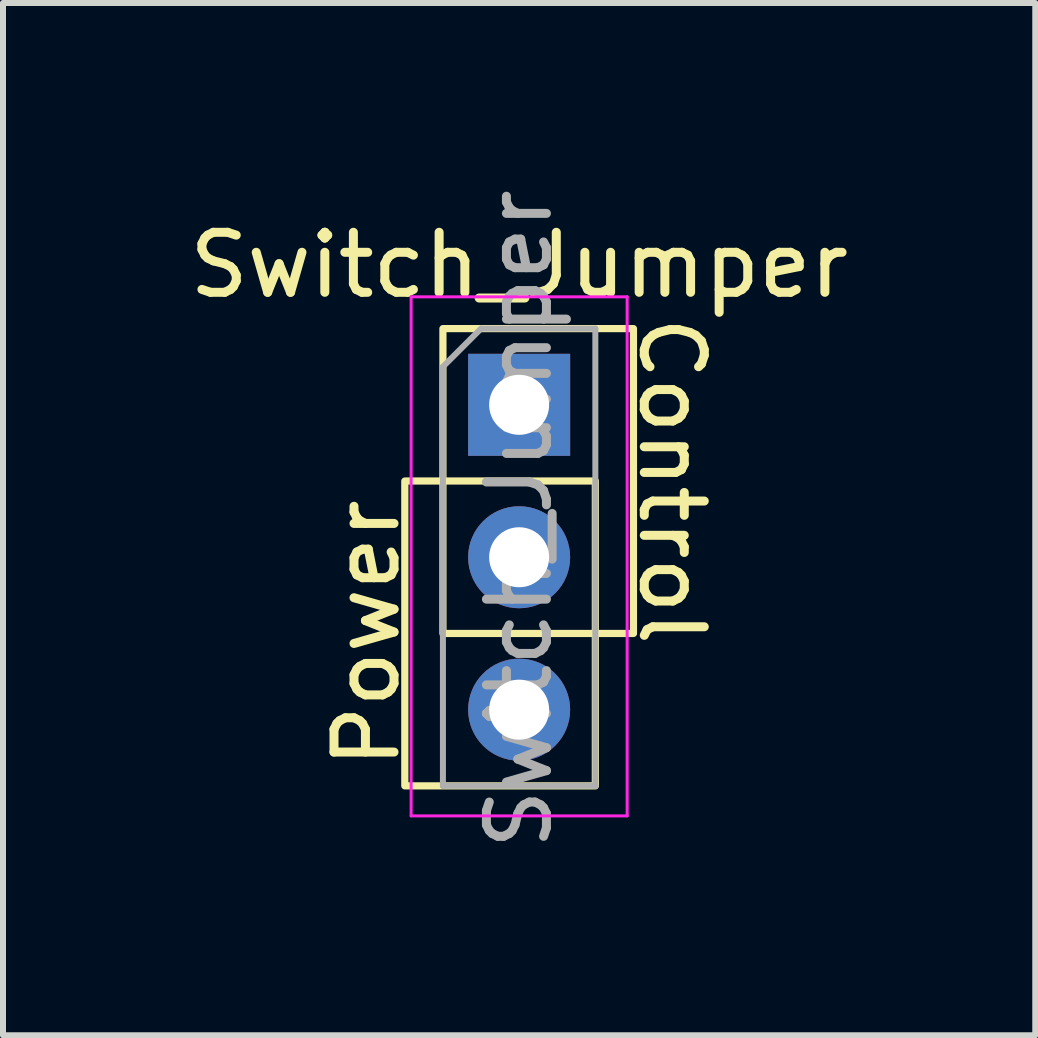
<source format=kicad_pcb>
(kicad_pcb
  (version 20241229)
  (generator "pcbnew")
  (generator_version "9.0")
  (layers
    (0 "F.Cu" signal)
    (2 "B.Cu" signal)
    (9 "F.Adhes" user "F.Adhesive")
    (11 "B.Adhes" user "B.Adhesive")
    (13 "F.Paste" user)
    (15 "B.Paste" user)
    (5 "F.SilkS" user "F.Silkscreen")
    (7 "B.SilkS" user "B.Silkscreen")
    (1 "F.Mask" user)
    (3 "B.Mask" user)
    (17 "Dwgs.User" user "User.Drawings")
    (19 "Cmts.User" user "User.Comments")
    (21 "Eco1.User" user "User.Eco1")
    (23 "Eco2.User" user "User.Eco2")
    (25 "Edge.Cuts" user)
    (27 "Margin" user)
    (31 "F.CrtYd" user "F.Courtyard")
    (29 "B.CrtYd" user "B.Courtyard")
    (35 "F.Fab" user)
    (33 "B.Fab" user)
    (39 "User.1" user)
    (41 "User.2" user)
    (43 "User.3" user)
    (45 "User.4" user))
  (footprint "Switch_Jumper"
    (layer "F.Cu")
    (at 5.601 3.696)
    (property "Reference" "Switch_Jumper" (at 0 -2.33 0) (layer "F.SilkS") (effects (font (size 1 1) (thickness 0.15))))
    (attr through_hole)
    (fp_rect (start -1.905 1.27) (end 1.27 6.35) (stroke (width 0.12) (type solid)) (fill no) (layer "F.SilkS"))
    (fp_rect (start 1.905 -1.27) (end -1.27 3.81) (stroke (width 0.12) (type solid)) (fill no) (layer "F.SilkS"))
    (fp_line (start -1.8 -1.8) (end -1.8 6.85) (stroke (width 0.05) (type solid)) (layer "F.CrtYd"))
    (fp_line (start -1.8 6.85) (end 1.8 6.85) (stroke (width 0.05) (type solid)) (layer "F.CrtYd"))
    (fp_line (start 1.8 -1.8) (end -1.8 -1.8) (stroke (width 0.05) (type solid)) (layer "F.CrtYd"))
    (fp_line (start 1.8 6.85) (end 1.8 -1.8) (stroke (width 0.05) (type solid)) (layer "F.CrtYd"))
    (fp_line (start -1.27 -0.635) (end -0.635 -1.27) (stroke (width 0.1) (type solid)) (layer "F.Fab"))
    (fp_line (start -1.27 6.35) (end -1.27 -0.635) (stroke (width 0.1) (type solid)) (layer "F.Fab"))
    (fp_line (start -0.635 -1.27) (end 1.27 -1.27) (stroke (width 0.1) (type solid)) (layer "F.Fab"))
    (fp_line (start 1.27 -1.27) (end 1.27 6.35) (stroke (width 0.1) (type solid)) (layer "F.Fab"))
    (fp_line (start 1.27 6.35) (end -1.27 6.35) (stroke (width 0.1) (type solid)) (layer "F.Fab"))
    (fp_text user "Power" (at -2.54 3.81 90) (unlocked yes) (layer "F.SilkS") (effects (font (size 1 1) (thickness 0.15))))
    (fp_text user "Control" (at 2.54 1.27 270) (unlocked yes) (layer "F.SilkS") (effects (font (size 1 1) (thickness 0.15))))
    (fp_text user "${REFERENCE}" (at 0 1.905 90) (layer "F.Fab") (effects (font (size 1 1) (thickness 0.15))))
    (pad "1" thru_hole rect (at 0 0) (size 1.7 1.7) (drill 1) (layers "*.Cu" "*.Mask"))
    (pad "2" thru_hole oval (at 0 2.54) (size 1.7 1.7) (drill 1) (layers "*.Cu" "*.Mask"))
    (pad "3" thru_hole oval (at 0 5.08) (size 1.7 1.7) (drill 1) (layers "*.Cu" "*.Mask")))
  (gr_rect
    (start -3 -3)
    (end 14.202 14.202)
    (stroke (width 0.1) (type default))
    (fill no)
    (layer "Edge.Cuts")))
</source>
